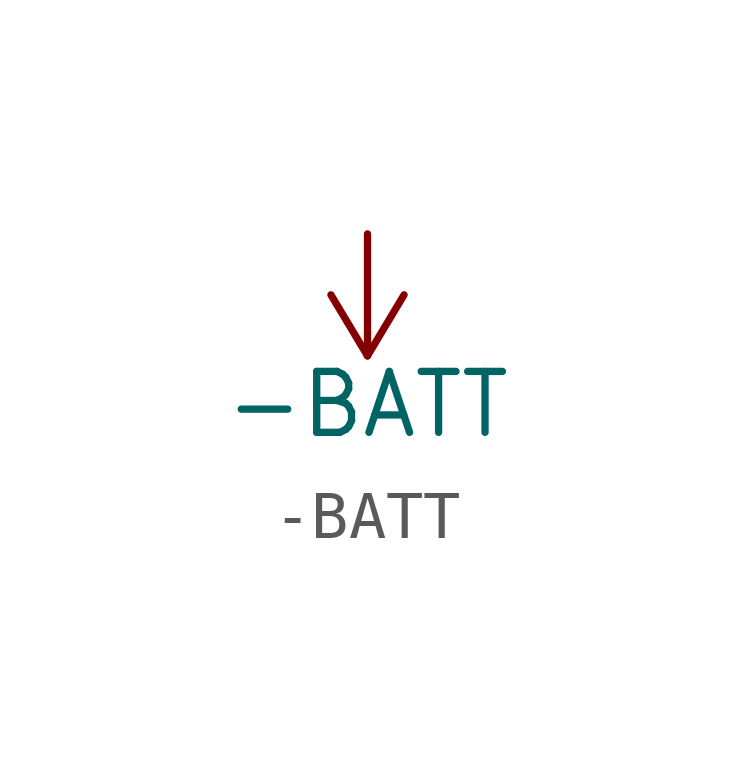
<source format=kicad_sym>
(kicad_symbol_lib
  (version 20211014)
  (generator kicad_symbol_editor)
  (symbol "-BATT"
    (power)
    (pin_names
      (offset 0))
    (property "Reference" "#PWR"
      (at 0 3.81 0)
      (effects (font (size 1.27 1.27)) hide))
    (property "Value" "-BATT"
      (at 0 -3.556 0)
      (effects (font (size 1.27 1.27))))
    (property "Footprint" ""
      (at 0 0 0)
      (effects (font (size 1.524 1.524))))
    (property "Datasheet" ""
      (at 0 0 0)
      (effects (font (size 1.524 1.524))))
    (symbol "-BATT_0_1"
      (polyline (pts (xy -0.762 -1.27) (xy 0 -2.54)) (stroke (width 0) (type default) (color 0 0 0 0)) (fill (type none)))
      (polyline (pts (xy 0 -2.54) (xy 0.762 -1.27)) (stroke (width 0) (type default) (color 0 0 0 0)) (fill (type none)))
      (polyline (pts (xy 0 0) (xy 0 -2.54)) (stroke (width 0) (type default) (color 0 0 0 0)) (fill (type none))))
    (symbol "-BATT_1_1"
      (pin power_in line (at 0 0 270) (length 0) hide (name "-BATT" (effects (font (size 1.27 1.27)))) (number "1" (effects (font (size 1.27 1.27))))))))
</source>
